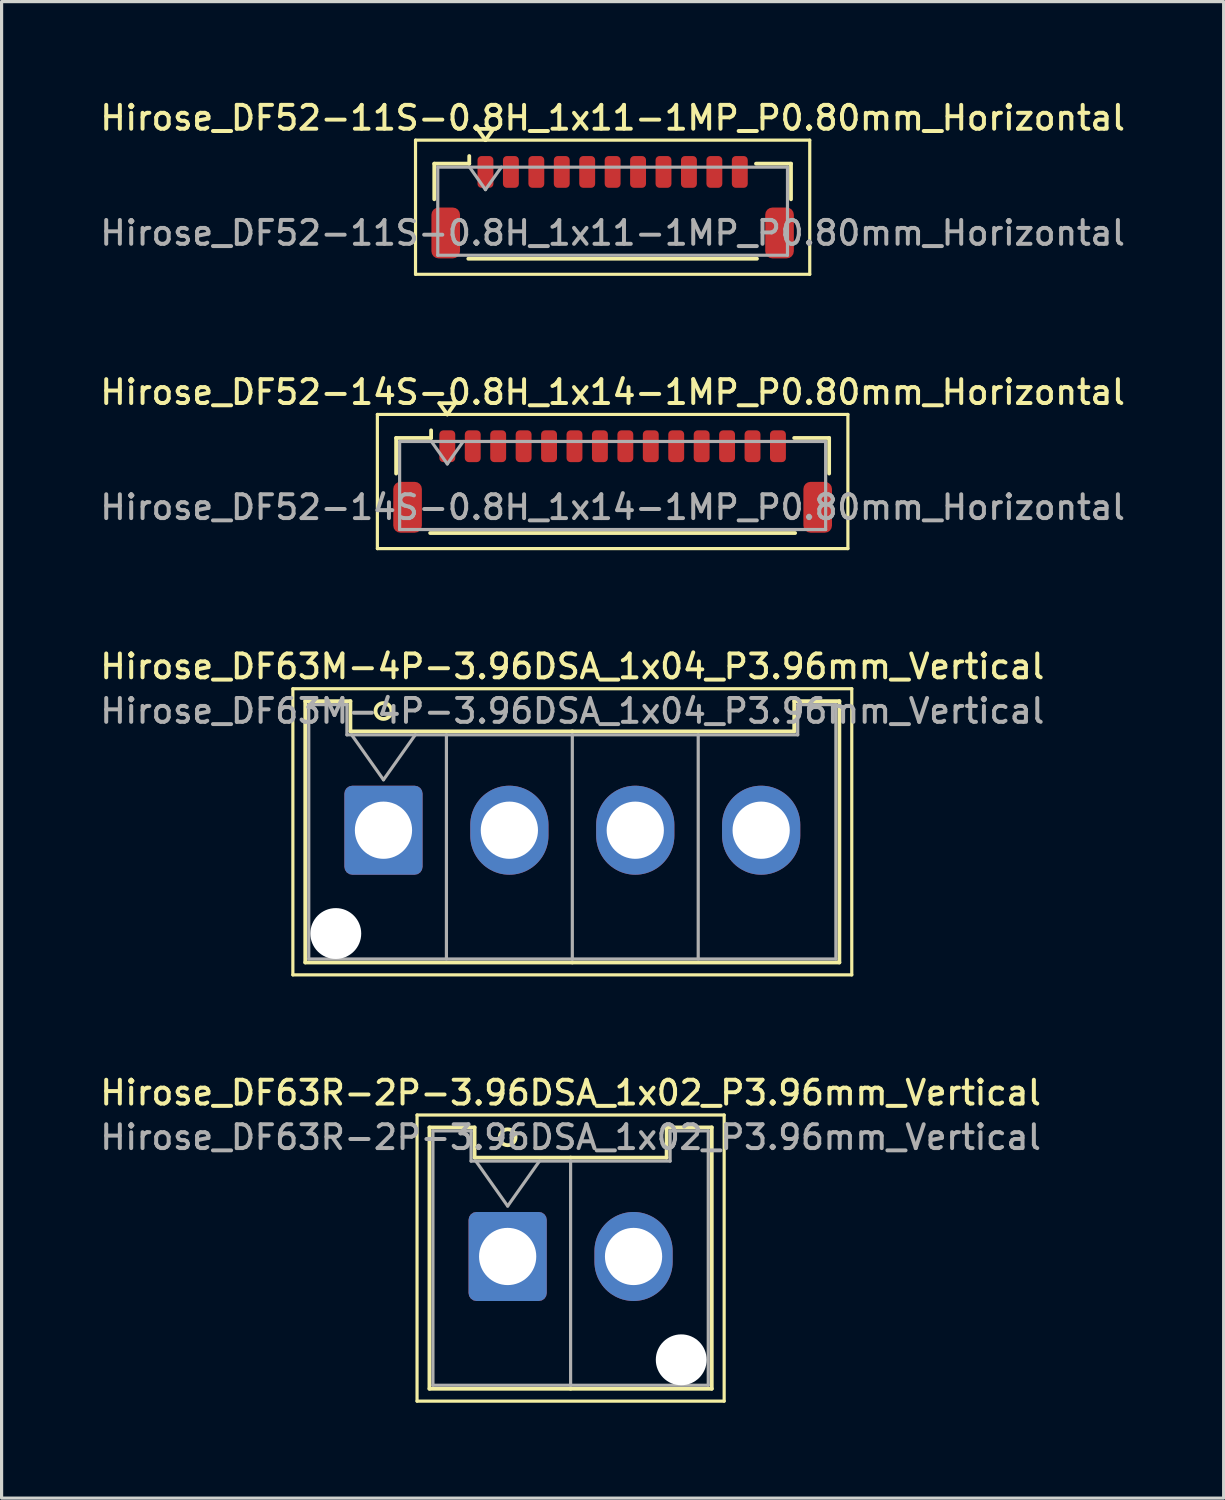
<source format=kicad_pcb>
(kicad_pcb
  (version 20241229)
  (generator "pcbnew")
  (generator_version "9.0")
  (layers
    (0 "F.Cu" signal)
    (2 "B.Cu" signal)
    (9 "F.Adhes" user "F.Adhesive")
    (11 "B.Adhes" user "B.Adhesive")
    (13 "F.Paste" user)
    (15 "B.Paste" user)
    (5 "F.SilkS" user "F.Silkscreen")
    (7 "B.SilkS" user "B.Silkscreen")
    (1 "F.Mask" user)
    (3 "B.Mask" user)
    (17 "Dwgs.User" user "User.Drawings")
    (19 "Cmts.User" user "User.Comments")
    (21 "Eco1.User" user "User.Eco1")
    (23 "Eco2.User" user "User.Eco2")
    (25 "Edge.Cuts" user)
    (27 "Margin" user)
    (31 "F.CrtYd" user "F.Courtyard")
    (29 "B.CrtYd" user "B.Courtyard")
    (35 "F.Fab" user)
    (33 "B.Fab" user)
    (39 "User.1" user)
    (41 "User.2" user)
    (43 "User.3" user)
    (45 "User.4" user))
  (footprint "Hirose_DF52-14S-0.8H_1x14-1MP_P0.80mm_Horizontal"
    (layer "F.Cu")
    (at 16.22 12.096)
    (property "Reference" "Hirose_DF52-14S-0.8H_1x14-1MP_P0.80mm_Horizontal" (at 0 -2.81 0) (layer "F.SilkS") (effects (font (size 0.75 0.75) (thickness 0.125))))
    (attr smd)
    (fp_line (start -7.4 -2.11) (end -7.4 2.11) (stroke (width 0.1) (type solid)) (layer "F.SilkS"))
    (fp_line (start -7.4 2.11) (end 7.4 2.11) (stroke (width 0.1) (type solid)) (layer "F.SilkS"))
    (fp_line (start -6.81 -1.37) (end -5.71 -1.37) (stroke (width 0.12) (type solid)) (layer "F.SilkS"))
    (fp_line (start -6.81 -0.25) (end -6.81 -1.37) (stroke (width 0.12) (type solid)) (layer "F.SilkS"))
    (fp_line (start -5.74 1.62) (end 5.74 1.62) (stroke (width 0.12) (type solid)) (layer "F.SilkS"))
    (fp_line (start -5.71 -1.37) (end -5.71 -1.61) (stroke (width 0.12) (type solid)) (layer "F.SilkS"))
    (fp_line (start -5.45 -2.464) (end -5.2 -2.11) (stroke (width 0.12) (type solid)) (layer "F.SilkS"))
    (fp_line (start -5.2 -2.11) (end -4.95 -2.464) (stroke (width 0.12) (type solid)) (layer "F.SilkS"))
    (fp_line (start -4.95 -2.464) (end -5.45 -2.464) (stroke (width 0.12) (type solid)) (layer "F.SilkS"))
    (fp_line (start 6.81 -1.37) (end 5.71 -1.37) (stroke (width 0.12) (type solid)) (layer "F.SilkS"))
    (fp_line (start 6.81 -0.25) (end 6.81 -1.37) (stroke (width 0.12) (type solid)) (layer "F.SilkS"))
    (fp_line (start 7.4 -2.11) (end -7.4 -2.11) (stroke (width 0.1) (type solid)) (layer "F.SilkS"))
    (fp_line (start 7.4 2.11) (end 7.4 -2.11) (stroke (width 0.1) (type solid)) (layer "F.SilkS"))
    (fp_line (start -6.7 -1.26) (end -6.7 1.51) (stroke (width 0.1) (type solid)) (layer "F.Fab"))
    (fp_line (start -6.7 -1.26) (end 6.7 -1.26) (stroke (width 0.1) (type solid)) (layer "F.Fab"))
    (fp_line (start -6.7 1.51) (end 6.7 1.51) (stroke (width 0.1) (type solid)) (layer "F.Fab"))
    (fp_line (start -5.7 -1.26) (end -5.2 -0.553) (stroke (width 0.1) (type solid)) (layer "F.Fab"))
    (fp_line (start -5.2 -0.553) (end -4.7 -1.26) (stroke (width 0.1) (type solid)) (layer "F.Fab"))
    (fp_line (start 6.7 -1.26) (end 6.7 1.51) (stroke (width 0.1) (type solid)) (layer "F.Fab"))
    (fp_text user "${REFERENCE}" (at 0 0.81 0) (layer "F.Fab") (effects (font (size 0.75 0.75) (thickness 0.125))))
    (pad "1" smd roundrect (at -5.2 -1.11) (size 0.5 1) (layers "F.Cu" "F.Mask" "F.Paste") (roundrect_rratio 0.25))
    (pad "2" smd roundrect (at -4.4 -1.11) (size 0.5 1) (layers "F.Cu" "F.Mask" "F.Paste") (roundrect_rratio 0.25))
    (pad "3" smd roundrect (at -3.6 -1.11) (size 0.5 1) (layers "F.Cu" "F.Mask" "F.Paste") (roundrect_rratio 0.25))
    (pad "4" smd roundrect (at -2.8 -1.11) (size 0.5 1) (layers "F.Cu" "F.Mask" "F.Paste") (roundrect_rratio 0.25))
    (pad "5" smd roundrect (at -2 -1.11) (size 0.5 1) (layers "F.Cu" "F.Mask" "F.Paste") (roundrect_rratio 0.25))
    (pad "6" smd roundrect (at -1.2 -1.11) (size 0.5 1) (layers "F.Cu" "F.Mask" "F.Paste") (roundrect_rratio 0.25))
    (pad "7" smd roundrect (at -0.4 -1.11) (size 0.5 1) (layers "F.Cu" "F.Mask" "F.Paste") (roundrect_rratio 0.25))
    (pad "8" smd roundrect (at 0.4 -1.11) (size 0.5 1) (layers "F.Cu" "F.Mask" "F.Paste") (roundrect_rratio 0.25))
    (pad "9" smd roundrect (at 1.2 -1.11) (size 0.5 1) (layers "F.Cu" "F.Mask" "F.Paste") (roundrect_rratio 0.25))
    (pad "10" smd roundrect (at 2 -1.11) (size 0.5 1) (layers "F.Cu" "F.Mask" "F.Paste") (roundrect_rratio 0.25))
    (pad "11" smd roundrect (at 2.8 -1.11) (size 0.5 1) (layers "F.Cu" "F.Mask" "F.Paste") (roundrect_rratio 0.25))
    (pad "12" smd roundrect (at 3.6 -1.11) (size 0.5 1) (layers "F.Cu" "F.Mask" "F.Paste") (roundrect_rratio 0.25))
    (pad "13" smd roundrect (at 4.4 -1.11) (size 0.5 1) (layers "F.Cu" "F.Mask" "F.Paste") (roundrect_rratio 0.25))
    (pad "14" smd roundrect (at 5.2 -1.11) (size 0.5 1) (layers "F.Cu" "F.Mask" "F.Paste") (roundrect_rratio 0.25))
    (pad "MP" smd roundrect (at -6.45 0.81) (size 0.9 1.6) (layers "F.Cu" "F.Mask" "F.Paste") (roundrect_rratio 0.25))
    (pad "MP" smd roundrect (at 6.45 0.81) (size 0.9 1.6) (layers "F.Cu" "F.Mask" "F.Paste") (roundrect_rratio 0.25)))
  (footprint "Hirose_DF63R-2P-3.96DSA_1x02_P3.96mm_Vertical"
    (layer "F.Cu")
    (at 12.918 36.472)
    (property "Reference" "Hirose_DF63R-2P-3.96DSA_1x02_P3.96mm_Vertical" (at 1.98 -5.15 0) (layer "F.SilkS") (effects (font (size 0.75 0.75) (thickness 0.125))))
    (attr through_hole)
    (fp_line (start -2.85 -4.45) (end -2.85 4.55) (stroke (width 0.1) (type solid)) (layer "F.SilkS"))
    (fp_line (start -2.85 4.55) (end 6.81 4.55) (stroke (width 0.1) (type solid)) (layer "F.SilkS"))
    (fp_line (start -2.46 -4.06) (end -1.04 -4.06) (stroke (width 0.12) (type solid)) (layer "F.SilkS"))
    (fp_line (start -2.46 4.16) (end -2.46 -4.06) (stroke (width 0.12) (type solid)) (layer "F.SilkS"))
    (fp_line (start -1.04 -4.06) (end -1.04 -3.11) (stroke (width 0.12) (type solid)) (layer "F.SilkS"))
    (fp_line (start -1.04 -3.11) (end 1.98 -3.11) (stroke (width 0.12) (type solid)) (layer "F.SilkS"))
    (fp_line (start 1.98 4.16) (end -2.46 4.16) (stroke (width 0.12) (type solid)) (layer "F.SilkS"))
    (fp_line (start 1.98 4.16) (end 6.42 4.16) (stroke (width 0.12) (type solid)) (layer "F.SilkS"))
    (fp_line (start 5 -4.06) (end 5 -3.11) (stroke (width 0.12) (type solid)) (layer "F.SilkS"))
    (fp_line (start 5 -3.11) (end 1.98 -3.11) (stroke (width 0.12) (type solid)) (layer "F.SilkS"))
    (fp_line (start 6.42 -4.06) (end 5 -4.06) (stroke (width 0.12) (type solid)) (layer "F.SilkS"))
    (fp_line (start 6.42 4.16) (end 6.42 -4.06) (stroke (width 0.12) (type solid)) (layer "F.SilkS"))
    (fp_line (start 6.81 -4.45) (end -2.85 -4.45) (stroke (width 0.1) (type solid)) (layer "F.SilkS"))
    (fp_line (start 6.81 4.55) (end 6.81 -4.45) (stroke (width 0.1) (type solid)) (layer "F.SilkS"))
    (fp_circle (center 0 -3.75) (end 0.25 -3.75) (stroke (width 0.12) (type solid)) (fill no) (layer "F.SilkS"))
    (fp_line (start -2.35 -3.95) (end -1.15 -3.95) (stroke (width 0.1) (type solid)) (layer "F.Fab"))
    (fp_line (start -2.35 4.05) (end -2.35 -3.95) (stroke (width 0.1) (type solid)) (layer "F.Fab"))
    (fp_line (start -1.15 -3.95) (end -1.15 -3) (stroke (width 0.1) (type solid)) (layer "F.Fab"))
    (fp_line (start -1.15 -3) (end 1.98 -3) (stroke (width 0.1) (type solid)) (layer "F.Fab"))
    (fp_line (start -1 -3) (end 0 -1.586) (stroke (width 0.1) (type solid)) (layer "F.Fab"))
    (fp_line (start 0 -1.586) (end 1 -3) (stroke (width 0.1) (type solid)) (layer "F.Fab"))
    (fp_line (start 1.98 -3) (end 1.98 4.05) (stroke (width 0.1) (type solid)) (layer "F.Fab"))
    (fp_line (start 1.98 4.05) (end -2.35 4.05) (stroke (width 0.1) (type solid)) (layer "F.Fab"))
    (fp_line (start 1.98 4.05) (end 6.31 4.05) (stroke (width 0.1) (type solid)) (layer "F.Fab"))
    (fp_line (start 5.11 -3.95) (end 5.11 -3) (stroke (width 0.1) (type solid)) (layer "F.Fab"))
    (fp_line (start 5.11 -3) (end 1.98 -3) (stroke (width 0.1) (type solid)) (layer "F.Fab"))
    (fp_line (start 6.31 -3.95) (end 5.11 -3.95) (stroke (width 0.1) (type solid)) (layer "F.Fab"))
    (fp_line (start 6.31 4.05) (end 6.31 -3.95) (stroke (width 0.1) (type solid)) (layer "F.Fab"))
    (fp_text user "${REFERENCE}" (at 1.98 -3.75 0) (layer "F.Fab") (effects (font (size 0.75 0.75) (thickness 0.125))))
    (pad "" np_thru_hole circle (at 5.46 3.25) (size 1.6 1.6) (drill 1.6) (layers "*.Cu" "*.Mask"))
    (pad "1" thru_hole roundrect (at 0 0) (size 2.46 2.8) (drill 1.8) (layers "*.Cu" "*.Mask") (roundrect_rratio 0.102))
    (pad "2" thru_hole oval (at 3.96 0) (size 2.46 2.8) (drill 1.8) (layers "*.Cu" "*.Mask")))
  (footprint "Hirose_DF52-11S-0.8H_1x11-1MP_P0.80mm_Horizontal"
    (layer "F.Cu")
    (at 16.22 3.468)
    (property "Reference" "Hirose_DF52-11S-0.8H_1x11-1MP_P0.80mm_Horizontal" (at 0 -2.81 0) (layer "F.SilkS") (effects (font (size 0.75 0.75) (thickness 0.125))))
    (attr smd)
    (fp_line (start -6.2 -2.11) (end -6.2 2.11) (stroke (width 0.1) (type solid)) (layer "F.SilkS"))
    (fp_line (start -6.2 2.11) (end 6.2 2.11) (stroke (width 0.1) (type solid)) (layer "F.SilkS"))
    (fp_line (start -5.61 -1.37) (end -4.51 -1.37) (stroke (width 0.12) (type solid)) (layer "F.SilkS"))
    (fp_line (start -5.61 -0.25) (end -5.61 -1.37) (stroke (width 0.12) (type solid)) (layer "F.SilkS"))
    (fp_line (start -4.54 1.62) (end 4.54 1.62) (stroke (width 0.12) (type solid)) (layer "F.SilkS"))
    (fp_line (start -4.51 -1.37) (end -4.51 -1.61) (stroke (width 0.12) (type solid)) (layer "F.SilkS"))
    (fp_line (start -4.25 -2.464) (end -4 -2.11) (stroke (width 0.12) (type solid)) (layer "F.SilkS"))
    (fp_line (start -4 -2.11) (end -3.75 -2.464) (stroke (width 0.12) (type solid)) (layer "F.SilkS"))
    (fp_line (start -3.75 -2.464) (end -4.25 -2.464) (stroke (width 0.12) (type solid)) (layer "F.SilkS"))
    (fp_line (start 5.61 -1.37) (end 4.51 -1.37) (stroke (width 0.12) (type solid)) (layer "F.SilkS"))
    (fp_line (start 5.61 -0.25) (end 5.61 -1.37) (stroke (width 0.12) (type solid)) (layer "F.SilkS"))
    (fp_line (start 6.2 -2.11) (end -6.2 -2.11) (stroke (width 0.1) (type solid)) (layer "F.SilkS"))
    (fp_line (start 6.2 2.11) (end 6.2 -2.11) (stroke (width 0.1) (type solid)) (layer "F.SilkS"))
    (fp_line (start -5.5 -1.26) (end -5.5 1.51) (stroke (width 0.1) (type solid)) (layer "F.Fab"))
    (fp_line (start -5.5 -1.26) (end 5.5 -1.26) (stroke (width 0.1) (type solid)) (layer "F.Fab"))
    (fp_line (start -5.5 1.51) (end 5.5 1.51) (stroke (width 0.1) (type solid)) (layer "F.Fab"))
    (fp_line (start -4.5 -1.26) (end -4 -0.553) (stroke (width 0.1) (type solid)) (layer "F.Fab"))
    (fp_line (start -4 -0.553) (end -3.5 -1.26) (stroke (width 0.1) (type solid)) (layer "F.Fab"))
    (fp_line (start 5.5 -1.26) (end 5.5 1.51) (stroke (width 0.1) (type solid)) (layer "F.Fab"))
    (fp_text user "${REFERENCE}" (at 0 0.81 0) (layer "F.Fab") (effects (font (size 0.75 0.75) (thickness 0.125))))
    (pad "1" smd roundrect (at -4 -1.11) (size 0.5 1) (layers "F.Cu" "F.Mask" "F.Paste") (roundrect_rratio 0.25))
    (pad "2" smd roundrect (at -3.2 -1.11) (size 0.5 1) (layers "F.Cu" "F.Mask" "F.Paste") (roundrect_rratio 0.25))
    (pad "3" smd roundrect (at -2.4 -1.11) (size 0.5 1) (layers "F.Cu" "F.Mask" "F.Paste") (roundrect_rratio 0.25))
    (pad "4" smd roundrect (at -1.6 -1.11) (size 0.5 1) (layers "F.Cu" "F.Mask" "F.Paste") (roundrect_rratio 0.25))
    (pad "5" smd roundrect (at -0.8 -1.11) (size 0.5 1) (layers "F.Cu" "F.Mask" "F.Paste") (roundrect_rratio 0.25))
    (pad "6" smd roundrect (at 0 -1.11) (size 0.5 1) (layers "F.Cu" "F.Mask" "F.Paste") (roundrect_rratio 0.25))
    (pad "7" smd roundrect (at 0.8 -1.11) (size 0.5 1) (layers "F.Cu" "F.Mask" "F.Paste") (roundrect_rratio 0.25))
    (pad "8" smd roundrect (at 1.6 -1.11) (size 0.5 1) (layers "F.Cu" "F.Mask" "F.Paste") (roundrect_rratio 0.25))
    (pad "9" smd roundrect (at 2.4 -1.11) (size 0.5 1) (layers "F.Cu" "F.Mask" "F.Paste") (roundrect_rratio 0.25))
    (pad "10" smd roundrect (at 3.2 -1.11) (size 0.5 1) (layers "F.Cu" "F.Mask" "F.Paste") (roundrect_rratio 0.25))
    (pad "11" smd roundrect (at 4 -1.11) (size 0.5 1) (layers "F.Cu" "F.Mask" "F.Paste") (roundrect_rratio 0.25))
    (pad "MP" smd roundrect (at -5.25 0.81) (size 0.9 1.6) (layers "F.Cu" "F.Mask" "F.Paste") (roundrect_rratio 0.25))
    (pad "MP" smd roundrect (at 5.25 0.81) (size 0.9 1.6) (layers "F.Cu" "F.Mask" "F.Paste") (roundrect_rratio 0.25)))
  (footprint "Hirose_DF63M-4P-3.96DSA_1x04_P3.96mm_Vertical"
    (layer "F.Cu")
    (at 9.012 23.064)
    (property "Reference" "Hirose_DF63M-4P-3.96DSA_1x04_P3.96mm_Vertical" (at 5.94 -5.15 0) (layer "F.SilkS") (effects (font (size 0.75 0.75) (thickness 0.125))))
    (attr through_hole)
    (fp_line (start -2.85 -4.45) (end -2.85 4.55) (stroke (width 0.1) (type solid)) (layer "F.SilkS"))
    (fp_line (start -2.85 4.55) (end 14.73 4.55) (stroke (width 0.1) (type solid)) (layer "F.SilkS"))
    (fp_line (start -2.46 -4.06) (end -1.04 -4.06) (stroke (width 0.12) (type solid)) (layer "F.SilkS"))
    (fp_line (start -2.46 4.16) (end -2.46 -4.06) (stroke (width 0.12) (type solid)) (layer "F.SilkS"))
    (fp_line (start -1.04 -4.06) (end -1.04 -3.11) (stroke (width 0.12) (type solid)) (layer "F.SilkS"))
    (fp_line (start -1.04 -3.11) (end 5.94 -3.11) (stroke (width 0.12) (type solid)) (layer "F.SilkS"))
    (fp_line (start 5.94 4.16) (end -2.46 4.16) (stroke (width 0.12) (type solid)) (layer "F.SilkS"))
    (fp_line (start 5.94 4.16) (end 14.34 4.16) (stroke (width 0.12) (type solid)) (layer "F.SilkS"))
    (fp_line (start 12.92 -4.06) (end 12.92 -3.11) (stroke (width 0.12) (type solid)) (layer "F.SilkS"))
    (fp_line (start 12.92 -3.11) (end 5.94 -3.11) (stroke (width 0.12) (type solid)) (layer "F.SilkS"))
    (fp_line (start 14.34 -4.06) (end 12.92 -4.06) (stroke (width 0.12) (type solid)) (layer "F.SilkS"))
    (fp_line (start 14.34 4.16) (end 14.34 -4.06) (stroke (width 0.12) (type solid)) (layer "F.SilkS"))
    (fp_line (start 14.73 -4.45) (end -2.85 -4.45) (stroke (width 0.1) (type solid)) (layer "F.SilkS"))
    (fp_line (start 14.73 4.55) (end 14.73 -4.45) (stroke (width 0.1) (type solid)) (layer "F.SilkS"))
    (fp_circle (center 0 -3.75) (end 0.25 -3.75) (stroke (width 0.12) (type solid)) (fill no) (layer "F.SilkS"))
    (fp_line (start -2.35 -3.95) (end -1.15 -3.95) (stroke (width 0.1) (type solid)) (layer "F.Fab"))
    (fp_line (start -2.35 4.05) (end -2.35 -3.95) (stroke (width 0.1) (type solid)) (layer "F.Fab"))
    (fp_line (start -1.15 -3.95) (end -1.15 -3) (stroke (width 0.1) (type solid)) (layer "F.Fab"))
    (fp_line (start -1.15 -3) (end 5.94 -3) (stroke (width 0.1) (type solid)) (layer "F.Fab"))
    (fp_line (start -1 -3) (end 0 -1.586) (stroke (width 0.1) (type solid)) (layer "F.Fab"))
    (fp_line (start 0 -1.586) (end 1 -3) (stroke (width 0.1) (type solid)) (layer "F.Fab"))
    (fp_line (start 1.98 -3) (end 1.98 4.05) (stroke (width 0.1) (type solid)) (layer "F.Fab"))
    (fp_line (start 5.94 -3) (end 5.94 4.05) (stroke (width 0.1) (type solid)) (layer "F.Fab"))
    (fp_line (start 5.94 4.05) (end -2.35 4.05) (stroke (width 0.1) (type solid)) (layer "F.Fab"))
    (fp_line (start 5.94 4.05) (end 14.23 4.05) (stroke (width 0.1) (type solid)) (layer "F.Fab"))
    (fp_line (start 9.9 -3) (end 9.9 4.05) (stroke (width 0.1) (type solid)) (layer "F.Fab"))
    (fp_line (start 13.03 -3.95) (end 13.03 -3) (stroke (width 0.1) (type solid)) (layer "F.Fab"))
    (fp_line (start 13.03 -3) (end 5.94 -3) (stroke (width 0.1) (type solid)) (layer "F.Fab"))
    (fp_line (start 14.23 -3.95) (end 13.03 -3.95) (stroke (width 0.1) (type solid)) (layer "F.Fab"))
    (fp_line (start 14.23 4.05) (end 14.23 -3.95) (stroke (width 0.1) (type solid)) (layer "F.Fab"))
    (fp_text user "${REFERENCE}" (at 5.94 -3.75 0) (layer "F.Fab") (effects (font (size 0.75 0.75) (thickness 0.125))))
    (pad "" np_thru_hole circle (at -1.5 3.25) (size 1.6 1.6) (drill 1.6) (layers "*.Cu" "*.Mask"))
    (pad "1" thru_hole roundrect (at 0 0) (size 2.46 2.8) (drill 1.8) (layers "*.Cu" "*.Mask") (roundrect_rratio 0.102))
    (pad "2" thru_hole oval (at 3.96 0) (size 2.46 2.8) (drill 1.8) (layers "*.Cu" "*.Mask"))
    (pad "3" thru_hole oval (at 7.92 0) (size 2.46 2.8) (drill 1.8) (layers "*.Cu" "*.Mask"))
    (pad "4" thru_hole oval (at 11.88 0) (size 2.46 2.8) (drill 1.8) (layers "*.Cu" "*.Mask")))
  (gr_rect
    (start -3 -3)
    (end 35.439 44.072)
    (stroke (width 0.1) (type default))
    (fill no)
    (layer "Edge.Cuts")))
</source>
